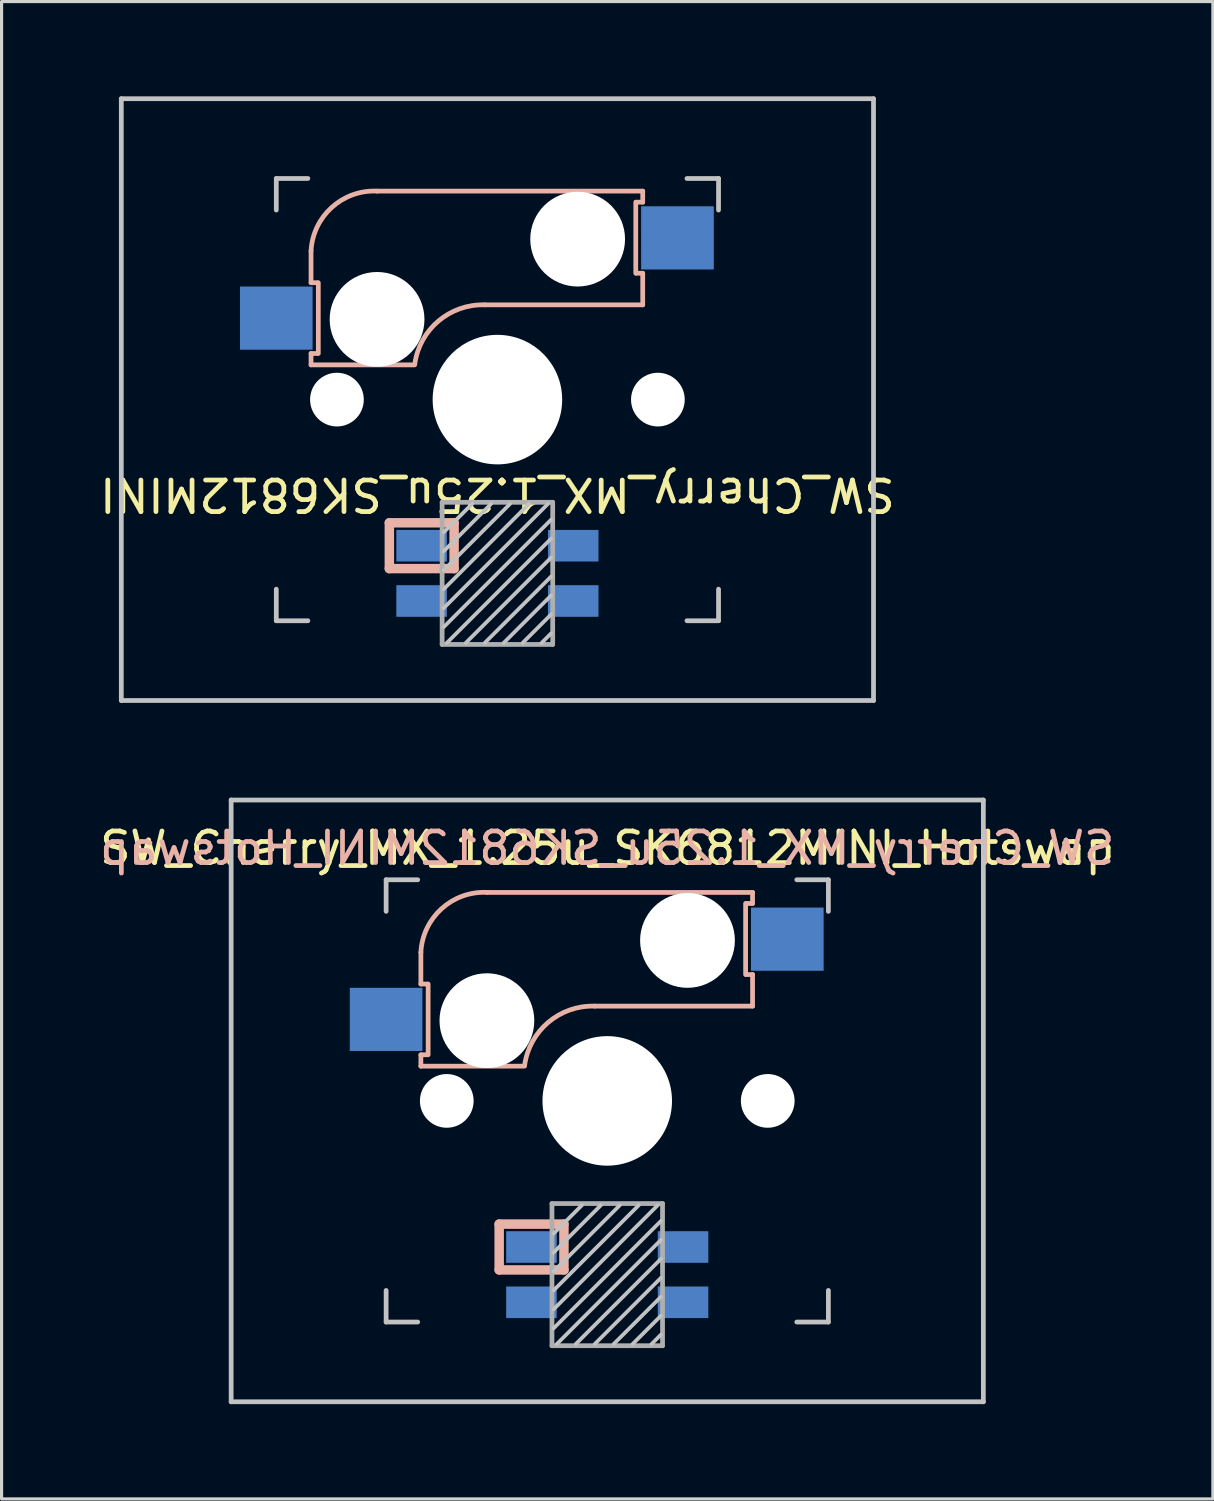
<source format=kicad_pcb>
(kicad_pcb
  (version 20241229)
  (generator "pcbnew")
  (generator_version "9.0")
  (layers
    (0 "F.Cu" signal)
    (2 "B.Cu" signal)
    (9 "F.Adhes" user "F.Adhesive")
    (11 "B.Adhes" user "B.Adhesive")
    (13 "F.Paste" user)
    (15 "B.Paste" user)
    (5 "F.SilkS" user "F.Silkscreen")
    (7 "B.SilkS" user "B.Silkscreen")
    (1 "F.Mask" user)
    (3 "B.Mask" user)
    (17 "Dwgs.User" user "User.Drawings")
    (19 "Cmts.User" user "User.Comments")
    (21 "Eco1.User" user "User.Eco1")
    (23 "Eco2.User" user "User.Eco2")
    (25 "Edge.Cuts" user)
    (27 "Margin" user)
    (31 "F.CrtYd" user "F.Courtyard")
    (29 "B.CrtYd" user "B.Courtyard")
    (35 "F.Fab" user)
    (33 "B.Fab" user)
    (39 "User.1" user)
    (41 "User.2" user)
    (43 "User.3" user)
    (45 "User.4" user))
  (footprint "SW_Cherry_MX_1.25u_SK6812MINI_Hotswap"
    (layer "F.Cu")
    (at 16.173 31.8)
    (property "Reference" "SW_Cherry_MX_1.25u_SK6812MINI_Hotswap" (at 0 -8 0) (unlocked yes) (layer "F.SilkS") (effects (font (size 1 1) (thickness 0.15))))
    (attr through_hole)
    (fp_line (start -5.9 -4.7) (end -5.9 -3.7) (stroke (width 0.15) (type solid)) (layer "B.SilkS"))
    (fp_line (start -5.9 -3.7) (end -5.7 -3.7) (stroke (width 0.15) (type solid)) (layer "B.SilkS"))
    (fp_line (start -5.9 -1.1) (end -5.9 -1.46) (stroke (width 0.15) (type solid)) (layer "B.SilkS"))
    (fp_line (start -5.9 -1.1) (end -2.62 -1.1) (stroke (width 0.15) (type solid)) (layer "B.SilkS"))
    (fp_line (start -5.7 -1.46) (end -5.9 -1.46) (stroke (width 0.15) (type solid)) (layer "B.SilkS"))
    (fp_line (start -5.67 -3.7) (end -5.67 -1.46) (stroke (width 0.15) (type solid)) (layer "B.SilkS"))
    (fp_line (start -3.421 3.9) (end -1.371 3.9) (stroke (width 0.3) (type solid)) (layer "B.SilkS"))
    (fp_line (start -3.421 5.35) (end -3.421 3.9) (stroke (width 0.3) (type solid)) (layer "B.SilkS"))
    (fp_line (start -1.371 3.9) (end -1.371 5.35) (stroke (width 0.3) (type solid)) (layer "B.SilkS"))
    (fp_line (start -1.371 5.35) (end -3.421 5.35) (stroke (width 0.3) (type solid)) (layer "B.SilkS"))
    (fp_line (start -0.4 -3) (end 4.6 -3) (stroke (width 0.15) (type solid)) (layer "B.SilkS"))
    (fp_line (start 4.38 -4) (end 4.38 -6.25) (stroke (width 0.15) (type solid)) (layer "B.SilkS"))
    (fp_line (start 4.4 -6.25) (end 4.6 -6.25) (stroke (width 0.15) (type solid)) (layer "B.SilkS"))
    (fp_line (start 4.6 -6.6) (end -3.8 -6.6) (stroke (width 0.15) (type solid)) (layer "B.SilkS"))
    (fp_line (start 4.6 -6.25) (end 4.6 -6.6) (stroke (width 0.15) (type solid)) (layer "B.SilkS"))
    (fp_line (start 4.6 -4) (end 4.4 -4) (stroke (width 0.15) (type solid)) (layer "B.SilkS"))
    (fp_line (start 4.6 -3) (end 4.6 -4) (stroke (width 0.15) (type solid)) (layer "B.SilkS"))
    (fp_arc (start -5.9 -4.699999) (mid -5.243504 -6.084924) (end -3.800001 -6.6) (stroke (width 0.15) (type solid)) (layer "B.SilkS"))
    (fp_arc (start -2.616318 -1.121471) (mid -1.868709 -2.486118) (end -0.4 -3) (stroke (width 0.15) (type solid)) (layer "B.SilkS"))
    (fp_line (start -11.906 -9.525) (end 11.906 -9.525) (stroke (width 0.15) (type solid)) (layer "Dwgs.User"))
    (fp_line (start -11.906 9.525) (end -11.906 -9.525) (stroke (width 0.15) (type solid)) (layer "Dwgs.User"))
    (fp_line (start -11.906 9.525) (end 11.906 9.525) (stroke (width 0.15) (type solid)) (layer "Dwgs.User"))
    (fp_line (start -7 -7) (end -6 -7) (stroke (width 0.15) (type solid)) (layer "Dwgs.User"))
    (fp_line (start -7 -6) (end -7 -7) (stroke (width 0.15) (type solid)) (layer "Dwgs.User"))
    (fp_line (start -7 6) (end -7 7) (stroke (width 0.15) (type solid)) (layer "Dwgs.User"))
    (fp_line (start -7 7) (end -6 7) (stroke (width 0.15) (type solid)) (layer "Dwgs.User"))
    (fp_line (start -0.8 3.3) (end -1.7 4.2) (stroke (width 0.12) (type solid)) (layer "Dwgs.User"))
    (fp_line (start -0.2 3.3) (end -1.7 4.8) (stroke (width 0.12) (type solid)) (layer "Dwgs.User"))
    (fp_line (start 0.4 3.3) (end -1.7 5.4) (stroke (width 0.12) (type solid)) (layer "Dwgs.User"))
    (fp_line (start 1 3.3) (end -1.7 6) (stroke (width 0.12) (type solid)) (layer "Dwgs.User"))
    (fp_line (start 1.6 3.3) (end -1.7 6.6) (stroke (width 0.12) (type solid)) (layer "Dwgs.User"))
    (fp_line (start 1.7 3.8) (end -1.7 7.2) (stroke (width 0.12) (type solid)) (layer "Dwgs.User"))
    (fp_line (start 1.7 4.4) (end -1.6 7.7) (stroke (width 0.12) (type solid)) (layer "Dwgs.User"))
    (fp_line (start 1.7 5) (end -1 7.7) (stroke (width 0.12) (type solid)) (layer "Dwgs.User"))
    (fp_line (start 1.7 5.6) (end -0.4 7.7) (stroke (width 0.12) (type solid)) (layer "Dwgs.User"))
    (fp_line (start 1.7 6.2) (end 0.2 7.7) (stroke (width 0.12) (type solid)) (layer "Dwgs.User"))
    (fp_line (start 1.7 6.8) (end 0.8 7.7) (stroke (width 0.12) (type solid)) (layer "Dwgs.User"))
    (fp_line (start 1.7 7.4) (end 1.4 7.7) (stroke (width 0.12) (type solid)) (layer "Dwgs.User"))
    (fp_line (start 6 7) (end 7 7) (stroke (width 0.15) (type solid)) (layer "Dwgs.User"))
    (fp_line (start 7 -7) (end 6 -7) (stroke (width 0.15) (type solid)) (layer "Dwgs.User"))
    (fp_line (start 7 -7) (end 7 -6) (stroke (width 0.15) (type solid)) (layer "Dwgs.User"))
    (fp_line (start 7 7) (end 7 6) (stroke (width 0.15) (type solid)) (layer "Dwgs.User"))
    (fp_line (start 11.906 -9.525) (end 11.906 9.525) (stroke (width 0.15) (type solid)) (layer "Dwgs.User"))
    (fp_line (start -6.985 -6.985) (end 6.985 -6.985) (stroke (width 0.05) (type solid)) (layer "Eco1.User"))
    (fp_line (start -6.985 6.985) (end -6.985 -6.985) (stroke (width 0.05) (type solid)) (layer "Eco1.User"))
    (fp_line (start 6.985 -6.985) (end 6.985 6.985) (stroke (width 0.05) (type solid)) (layer "Eco1.User"))
    (fp_line (start 6.985 6.985) (end -6.985 6.985) (stroke (width 0.05) (type solid)) (layer "Eco1.User"))
    (fp_line (start -1.75 3.25) (end -1.75 7.75) (stroke (width 0.15) (type solid)) (layer "F.Fab"))
    (fp_line (start -1.75 3.25) (end 1.75 3.25) (stroke (width 0.15) (type solid)) (layer "F.Fab"))
    (fp_line (start 1.75 3.25) (end 1.75 7.75) (stroke (width 0.15) (type solid)) (layer "F.Fab"))
    (fp_line (start 1.75 7.75) (end -1.75 7.75) (stroke (width 0.15) (type solid)) (layer "F.Fab"))
    (fp_text user "${REFERENCE}" (at 0 -8 0) (layer "B.SilkS") (effects (font (size 1 1) (thickness 0.15)) (justify mirror)))
    (pad "" np_thru_hole circle (at -5.08 0) (size 1.7 1.7) (drill 1.7) (layers "*.Cu" "*.Mask"))
    (pad "" np_thru_hole circle (at -3.81 -2.54 180) (size 3 3) (drill 3) (layers "*.Cu" "*.Mask"))
    (pad "" np_thru_hole circle (at 0 0 90) (size 4.1 4.1) (drill 4.1) (layers "*.Cu" "*.Mask"))
    (pad "" np_thru_hole circle (at 2.54 -5.08 180) (size 3 3) (drill 3) (layers "*.Cu" "*.Mask"))
    (pad "" np_thru_hole circle (at 5.08 0) (size 1.7 1.7) (drill 1.7) (layers "*.Cu" "*.Mask"))
    (pad "1" smd rect (at -7 -2.58 180) (size 2.3 2) (layers "B.Cu" "B.Mask" "B.Paste"))
    (pad "2" smd rect (at 5.7 -5.12 180) (size 2.3 2) (layers "B.Cu" "B.Mask" "B.Paste"))
    (pad "3" smd rect (at -2.4 4.625) (size 1.6 1) (layers "B.Cu" "B.Mask" "B.Paste"))
    (pad "4" smd rect (at -2.4 6.375) (size 1.6 1) (layers "B.Cu" "B.Mask" "B.Paste"))
    (pad "5" smd rect (at 2.4 6.375) (size 1.6 1) (layers "B.Cu" "B.Mask" "B.Paste"))
    (pad "6" smd rect (at 2.4 4.625) (size 1.6 1) (layers "B.Cu" "B.Mask" "B.Paste")))
  (footprint "SW_Cherry_MX_1.25u_SK6812MINI"
    (layer "F.Cu")
    (at 12.696 9.6)
    (property "Reference" "SW_Cherry_MX_1.25u_SK6812MINI" (at 0 3 180) (unlocked yes) (layer "F.SilkS") (effects (font (size 1 1) (thickness 0.15))))
    (attr through_hole)
    (fp_line (start -5.9 -4.7) (end -5.9 -3.7) (stroke (width 0.15) (type solid)) (layer "B.SilkS"))
    (fp_line (start -5.9 -3.7) (end -5.7 -3.7) (stroke (width 0.15) (type solid)) (layer "B.SilkS"))
    (fp_line (start -5.9 -1.1) (end -5.9 -1.46) (stroke (width 0.15) (type solid)) (layer "B.SilkS"))
    (fp_line (start -5.9 -1.1) (end -2.62 -1.1) (stroke (width 0.15) (type solid)) (layer "B.SilkS"))
    (fp_line (start -5.7 -1.46) (end -5.9 -1.46) (stroke (width 0.15) (type solid)) (layer "B.SilkS"))
    (fp_line (start -5.67 -3.7) (end -5.67 -1.46) (stroke (width 0.15) (type solid)) (layer "B.SilkS"))
    (fp_line (start -3.421 3.9) (end -1.371 3.9) (stroke (width 0.3) (type solid)) (layer "B.SilkS"))
    (fp_line (start -3.421 5.35) (end -3.421 3.9) (stroke (width 0.3) (type solid)) (layer "B.SilkS"))
    (fp_line (start -1.371 3.9) (end -1.371 5.35) (stroke (width 0.3) (type solid)) (layer "B.SilkS"))
    (fp_line (start -1.371 5.35) (end -3.421 5.35) (stroke (width 0.3) (type solid)) (layer "B.SilkS"))
    (fp_line (start -0.4 -3) (end 4.6 -3) (stroke (width 0.15) (type solid)) (layer "B.SilkS"))
    (fp_line (start 4.38 -4) (end 4.38 -6.25) (stroke (width 0.15) (type solid)) (layer "B.SilkS"))
    (fp_line (start 4.4 -6.25) (end 4.6 -6.25) (stroke (width 0.15) (type solid)) (layer "B.SilkS"))
    (fp_line (start 4.6 -6.6) (end -3.8 -6.6) (stroke (width 0.15) (type solid)) (layer "B.SilkS"))
    (fp_line (start 4.6 -6.25) (end 4.6 -6.6) (stroke (width 0.15) (type solid)) (layer "B.SilkS"))
    (fp_line (start 4.6 -4) (end 4.4 -4) (stroke (width 0.15) (type solid)) (layer "B.SilkS"))
    (fp_line (start 4.6 -3) (end 4.6 -4) (stroke (width 0.15) (type solid)) (layer "B.SilkS"))
    (fp_arc (start -5.9 -4.699999) (mid -5.243504 -6.084924) (end -3.800001 -6.6) (stroke (width 0.15) (type solid)) (layer "B.SilkS"))
    (fp_arc (start -2.616318 -1.121471) (mid -1.868709 -2.486118) (end -0.4 -3) (stroke (width 0.15) (type solid)) (layer "B.SilkS"))
    (fp_line (start -11.906 -9.525) (end 11.906 -9.525) (stroke (width 0.15) (type solid)) (layer "Dwgs.User"))
    (fp_line (start -11.906 9.525) (end -11.906 -9.525) (stroke (width 0.15) (type solid)) (layer "Dwgs.User"))
    (fp_line (start -11.906 9.525) (end 11.906 9.525) (stroke (width 0.15) (type solid)) (layer "Dwgs.User"))
    (fp_line (start -7 -7) (end -6 -7) (stroke (width 0.15) (type solid)) (layer "Dwgs.User"))
    (fp_line (start -7 -6) (end -7 -7) (stroke (width 0.15) (type solid)) (layer "Dwgs.User"))
    (fp_line (start -7 6) (end -7 7) (stroke (width 0.15) (type solid)) (layer "Dwgs.User"))
    (fp_line (start -7 7) (end -6 7) (stroke (width 0.15) (type solid)) (layer "Dwgs.User"))
    (fp_line (start -0.8 3.3) (end -1.7 4.2) (stroke (width 0.12) (type solid)) (layer "Dwgs.User"))
    (fp_line (start -0.2 3.3) (end -1.7 4.8) (stroke (width 0.12) (type solid)) (layer "Dwgs.User"))
    (fp_line (start 0.4 3.3) (end -1.7 5.4) (stroke (width 0.12) (type solid)) (layer "Dwgs.User"))
    (fp_line (start 1 3.3) (end -1.7 6) (stroke (width 0.12) (type solid)) (layer "Dwgs.User"))
    (fp_line (start 1.6 3.3) (end -1.7 6.6) (stroke (width 0.12) (type solid)) (layer "Dwgs.User"))
    (fp_line (start 1.7 3.8) (end -1.7 7.2) (stroke (width 0.12) (type solid)) (layer "Dwgs.User"))
    (fp_line (start 1.7 4.4) (end -1.6 7.7) (stroke (width 0.12) (type solid)) (layer "Dwgs.User"))
    (fp_line (start 1.7 5) (end -1 7.7) (stroke (width 0.12) (type solid)) (layer "Dwgs.User"))
    (fp_line (start 1.7 5.6) (end -0.4 7.7) (stroke (width 0.12) (type solid)) (layer "Dwgs.User"))
    (fp_line (start 1.7 6.2) (end 0.2 7.7) (stroke (width 0.12) (type solid)) (layer "Dwgs.User"))
    (fp_line (start 1.7 6.8) (end 0.8 7.7) (stroke (width 0.12) (type solid)) (layer "Dwgs.User"))
    (fp_line (start 1.7 7.4) (end 1.4 7.7) (stroke (width 0.12) (type solid)) (layer "Dwgs.User"))
    (fp_line (start 6 7) (end 7 7) (stroke (width 0.15) (type solid)) (layer "Dwgs.User"))
    (fp_line (start 7 -7) (end 6 -7) (stroke (width 0.15) (type solid)) (layer "Dwgs.User"))
    (fp_line (start 7 -7) (end 7 -6) (stroke (width 0.15) (type solid)) (layer "Dwgs.User"))
    (fp_line (start 7 7) (end 7 6) (stroke (width 0.15) (type solid)) (layer "Dwgs.User"))
    (fp_line (start 11.906 -9.525) (end 11.906 9.525) (stroke (width 0.15) (type solid)) (layer "Dwgs.User"))
    (fp_line (start -1.75 3.25) (end -1.75 7.75) (stroke (width 0.15) (type solid)) (layer "F.Fab"))
    (fp_line (start -1.75 3.25) (end 1.75 3.25) (stroke (width 0.15) (type solid)) (layer "F.Fab"))
    (fp_line (start 1.75 3.25) (end 1.75 7.75) (stroke (width 0.15) (type solid)) (layer "F.Fab"))
    (fp_line (start 1.75 7.75) (end -1.75 7.75) (stroke (width 0.15) (type solid)) (layer "F.Fab"))
    (pad "" np_thru_hole circle (at -5.08 0) (size 1.7 1.7) (drill 1.7) (layers "*.Cu" "*.Mask"))
    (pad "" np_thru_hole circle (at -3.81 -2.54 180) (size 3 3) (drill 3) (layers "*.Cu" "*.Mask"))
    (pad "" np_thru_hole circle (at 0 0 90) (size 4.1 4.1) (drill 4.1) (layers "*.Cu" "*.Mask"))
    (pad "" np_thru_hole circle (at 2.54 -5.08 180) (size 3 3) (drill 3) (layers "*.Cu" "*.Mask"))
    (pad "" np_thru_hole circle (at 5.08 0) (size 1.7 1.7) (drill 1.7) (layers "*.Cu" "*.Mask"))
    (pad "1" smd rect (at -2.4 4.625) (size 1.6 1) (layers "B.Cu" "B.Mask" "B.Paste"))
    (pad "2" smd rect (at -2.4 6.375) (size 1.6 1) (layers "B.Cu" "B.Mask" "B.Paste"))
    (pad "3" smd rect (at 2.4 6.375) (size 1.6 1) (layers "B.Cu" "B.Mask" "B.Paste"))
    (pad "4" smd rect (at 2.4 4.625) (size 1.6 1) (layers "B.Cu" "B.Mask" "B.Paste"))
    (pad "5" smd rect (at -7 -2.58 180) (size 2.3 2) (layers "B.Cu" "B.Mask" "B.Paste"))
    (pad "6" smd rect (at 5.7 -5.12 180) (size 2.3 2) (layers "B.Cu" "B.Mask" "B.Paste")))
  (gr_rect
    (start -3 -3)
    (end 35.345 44.4)
    (stroke (width 0.1) (type default))
    (fill no)
    (layer "Edge.Cuts")))
</source>
